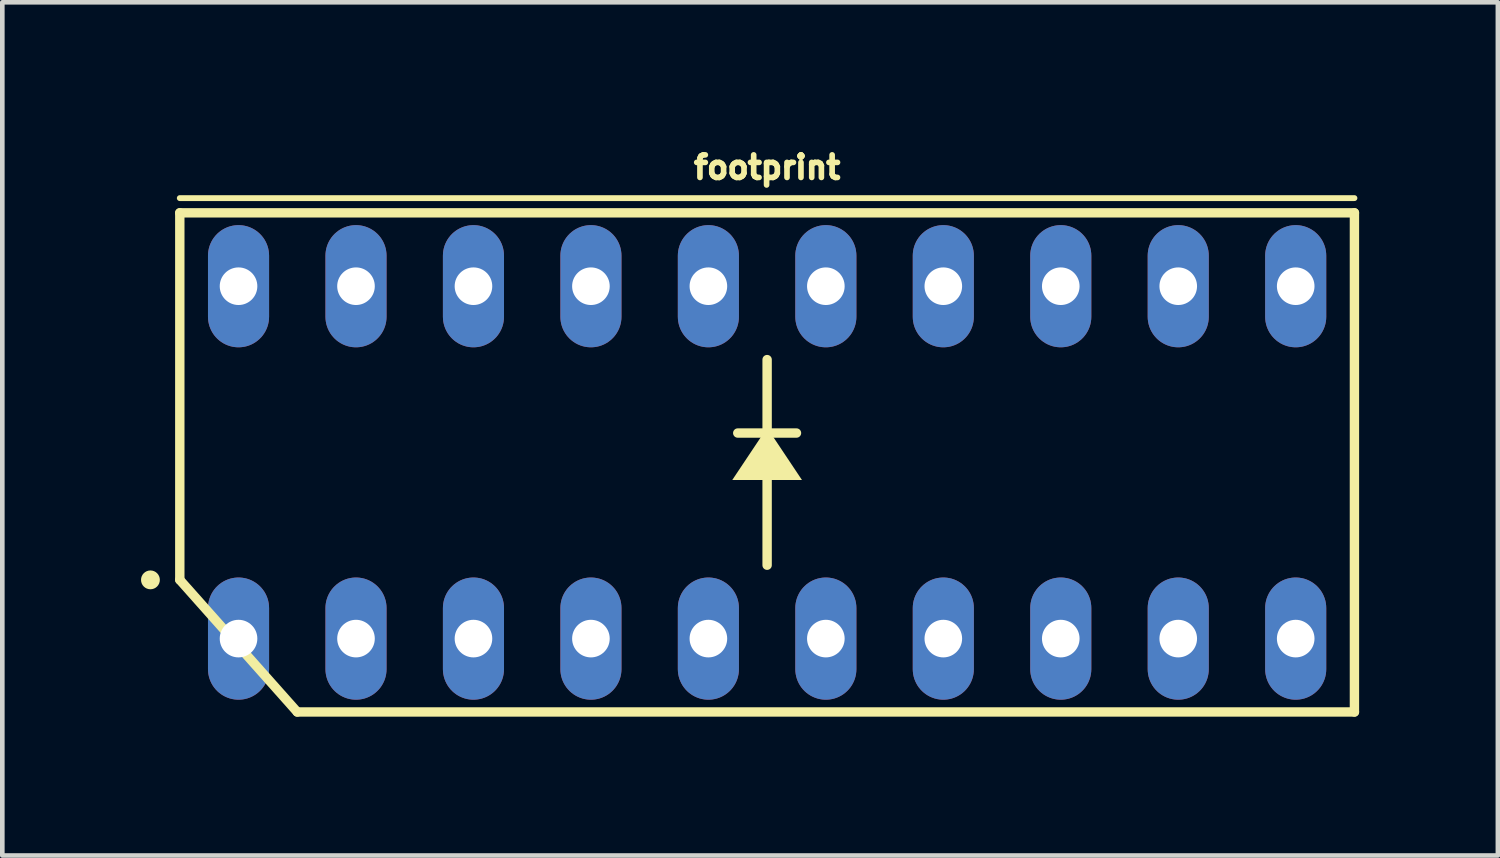
<source format=kicad_pcb>
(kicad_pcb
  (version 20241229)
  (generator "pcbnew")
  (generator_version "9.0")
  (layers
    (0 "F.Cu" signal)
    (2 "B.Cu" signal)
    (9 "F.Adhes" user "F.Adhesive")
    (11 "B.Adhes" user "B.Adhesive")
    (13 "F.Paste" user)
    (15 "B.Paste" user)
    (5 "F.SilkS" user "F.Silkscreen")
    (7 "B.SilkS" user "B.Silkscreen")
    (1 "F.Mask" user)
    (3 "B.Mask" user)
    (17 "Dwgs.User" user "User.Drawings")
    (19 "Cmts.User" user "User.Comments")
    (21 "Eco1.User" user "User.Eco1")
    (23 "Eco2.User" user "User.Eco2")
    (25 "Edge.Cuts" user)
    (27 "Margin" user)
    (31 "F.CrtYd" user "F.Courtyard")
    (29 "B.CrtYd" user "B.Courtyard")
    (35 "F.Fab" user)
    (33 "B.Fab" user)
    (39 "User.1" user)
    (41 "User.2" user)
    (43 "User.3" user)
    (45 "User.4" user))
  (footprint "footprint"
    (layer "F.Cu")
    (at 13.538 6.949)
    (property "Reference" "footprint" (at 0 -6.096 0) (layer "F.SilkS") (effects (font (size 0.488 0.488) (thickness 0.122)) (justify bottom)))
    (fp_line (start -12.7 -5.715) (end 12.7 -5.715) (stroke (width 0.127) (type solid)) (layer "F.SilkS"))
    (fp_line (start -12.7 2.54) (end -12.7 -5.397) (stroke (width 0.203) (type solid)) (layer "F.SilkS"))
    (fp_line (start -10.16 5.397) (end -12.7 2.54) (stroke (width 0.203) (type solid)) (layer "F.SilkS"))
    (fp_line (start -10.16 5.397) (end 12.7 5.397) (stroke (width 0.203) (type solid)) (layer "F.SilkS"))
    (fp_line (start -0.635 -0.635) (end 0.635 -0.635) (stroke (width 0.203) (type solid)) (layer "F.SilkS"))
    (fp_line (start 0 2.223) (end 0 -2.223) (stroke (width 0.203) (type solid)) (layer "F.SilkS"))
    (fp_line (start 12.7 -5.397) (end -12.7 -5.397) (stroke (width 0.203) (type solid)) (layer "F.SilkS"))
    (fp_line (start 12.7 -5.397) (end 12.7 5.397) (stroke (width 0.203) (type solid)) (layer "F.SilkS"))
    (fp_circle (center -13.335 2.54) (end -13.233 2.54) (stroke (width 0.203) (type solid)) (fill yes) (layer "F.SilkS"))
    (fp_poly (pts (xy 0.754 0.381) (xy -0.754 0.381) (xy 0 -0.749)) (stroke (width 0) (type solid)) (fill yes) (layer "F.SilkS"))
    (pad "1" thru_hole oval (at -11.43 3.81 90) (size 2.642 1.321) (drill 0.813) (layers "*.Cu" "*.Mask"))
    (pad "2" thru_hole oval (at -8.89 3.81 90) (size 2.642 1.321) (drill 0.813) (layers "*.Cu" "*.Mask"))
    (pad "3" thru_hole oval (at -6.35 3.81 90) (size 2.642 1.321) (drill 0.813) (layers "*.Cu" "*.Mask"))
    (pad "4" thru_hole oval (at -3.81 3.81 90) (size 2.642 1.321) (drill 0.813) (layers "*.Cu" "*.Mask"))
    (pad "5" thru_hole oval (at -1.27 3.81 90) (size 2.642 1.321) (drill 0.813) (layers "*.Cu" "*.Mask"))
    (pad "6" thru_hole oval (at 1.27 3.81 90) (size 2.642 1.321) (drill 0.813) (layers "*.Cu" "*.Mask"))
    (pad "7" thru_hole oval (at 3.81 3.81 90) (size 2.642 1.321) (drill 0.813) (layers "*.Cu" "*.Mask"))
    (pad "8" thru_hole oval (at 6.35 3.81 90) (size 2.642 1.321) (drill 0.813) (layers "*.Cu" "*.Mask"))
    (pad "9" thru_hole oval (at 8.89 3.81 90) (size 2.642 1.321) (drill 0.813) (layers "*.Cu" "*.Mask"))
    (pad "10" thru_hole oval (at 11.43 3.81 90) (size 2.642 1.321) (drill 0.813) (layers "*.Cu" "*.Mask"))
    (pad "11" thru_hole oval (at 11.43 -3.81 90) (size 2.642 1.321) (drill 0.813) (layers "*.Cu" "*.Mask"))
    (pad "12" thru_hole oval (at 8.89 -3.81 90) (size 2.642 1.321) (drill 0.813) (layers "*.Cu" "*.Mask"))
    (pad "13" thru_hole oval (at 6.35 -3.81 90) (size 2.642 1.321) (drill 0.813) (layers "*.Cu" "*.Mask"))
    (pad "14" thru_hole oval (at 3.81 -3.81 90) (size 2.642 1.321) (drill 0.813) (layers "*.Cu" "*.Mask"))
    (pad "15" thru_hole oval (at 1.27 -3.81 90) (size 2.642 1.321) (drill 0.813) (layers "*.Cu" "*.Mask"))
    (pad "16" thru_hole oval (at -1.27 -3.81 90) (size 2.642 1.321) (drill 0.813) (layers "*.Cu" "*.Mask"))
    (pad "17" thru_hole oval (at -3.81 -3.81 90) (size 2.642 1.321) (drill 0.813) (layers "*.Cu" "*.Mask"))
    (pad "18" thru_hole oval (at -6.35 -3.81 90) (size 2.642 1.321) (drill 0.813) (layers "*.Cu" "*.Mask"))
    (pad "19" thru_hole oval (at -8.89 -3.81 90) (size 2.642 1.321) (drill 0.813) (layers "*.Cu" "*.Mask"))
    (pad "20" thru_hole oval (at -11.43 -3.81 90) (size 2.642 1.321) (drill 0.813) (layers "*.Cu" "*.Mask")))
  (gr_rect
    (start -3 -3)
    (end 29.34 15.449)
    (stroke (width 0.1) (type default))
    (fill no)
    (layer "Edge.Cuts")))
</source>
